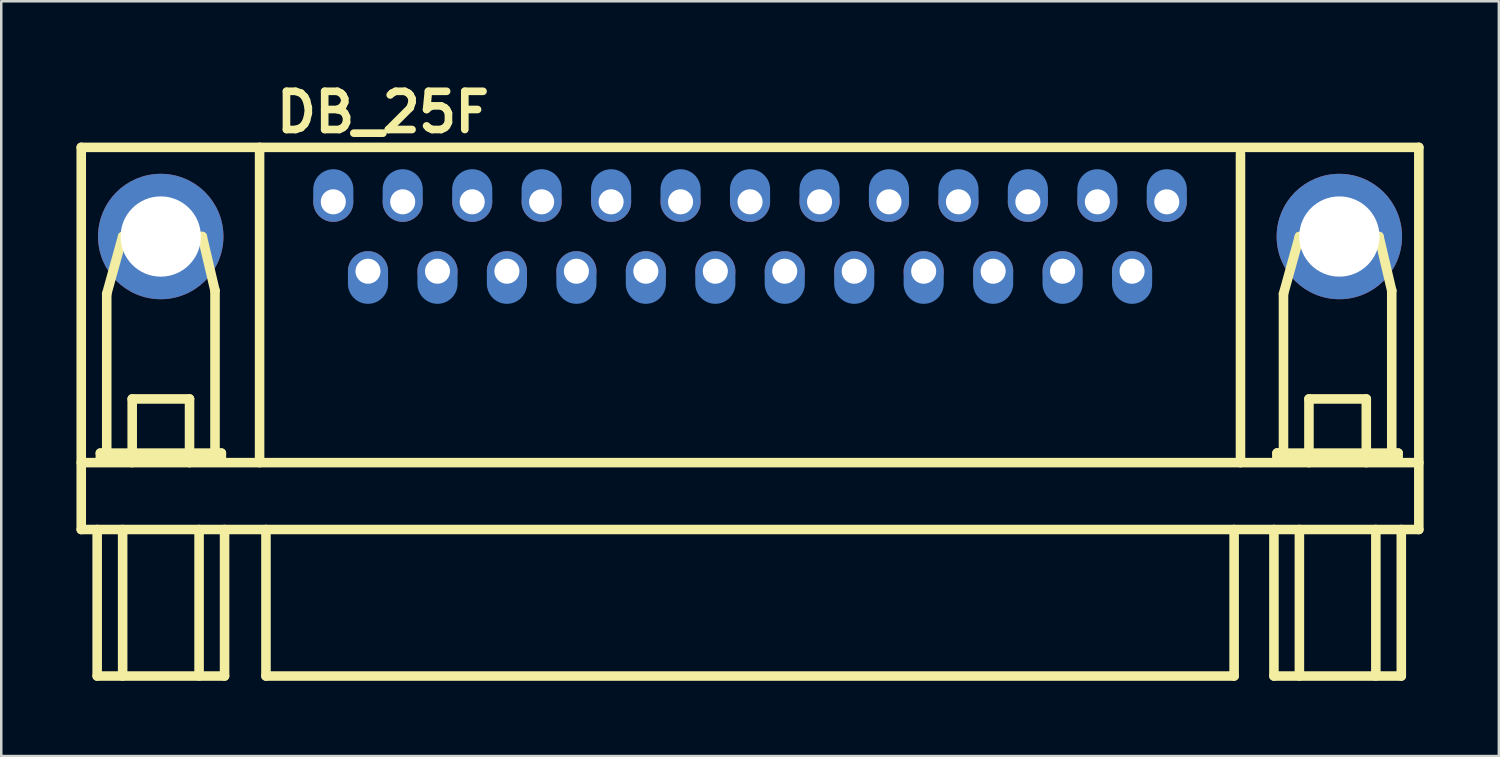
<source format=kicad_pcb>
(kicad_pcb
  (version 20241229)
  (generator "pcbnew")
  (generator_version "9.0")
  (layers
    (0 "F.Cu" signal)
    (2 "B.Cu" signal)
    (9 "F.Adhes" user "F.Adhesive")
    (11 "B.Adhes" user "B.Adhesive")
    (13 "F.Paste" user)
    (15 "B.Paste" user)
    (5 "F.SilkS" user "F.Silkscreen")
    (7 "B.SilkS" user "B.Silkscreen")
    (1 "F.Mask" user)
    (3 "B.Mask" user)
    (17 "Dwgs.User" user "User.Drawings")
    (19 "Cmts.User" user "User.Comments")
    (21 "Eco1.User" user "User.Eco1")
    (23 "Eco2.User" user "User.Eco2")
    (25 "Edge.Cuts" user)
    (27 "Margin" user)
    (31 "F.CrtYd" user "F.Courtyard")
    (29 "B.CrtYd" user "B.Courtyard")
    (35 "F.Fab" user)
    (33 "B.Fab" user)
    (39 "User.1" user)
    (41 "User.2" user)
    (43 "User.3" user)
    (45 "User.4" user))
  (footprint "DB_25F"
    (layer "F.Cu")
    (at 26.86 13.494)
    (property "Reference" "DB_25F" (at -14.64 -12.068 0) (layer "F.SilkS") (effects (font (size 1.524 1.524) (thickness 0.305))))
    (attr through_hole)
    (fp_line (start -26.67 -10.668) (end -26.67 4.572) (stroke (width 0.381) (type solid)) (layer "F.SilkS"))
    (fp_line (start -26.67 1.905) (end 26.67 1.905) (stroke (width 0.381) (type solid)) (layer "F.SilkS"))
    (fp_line (start -26.035 4.572) (end -26.035 10.414) (stroke (width 0.381) (type solid)) (layer "F.SilkS"))
    (fp_line (start -26.035 10.414) (end -20.955 10.414) (stroke (width 0.381) (type solid)) (layer "F.SilkS"))
    (fp_line (start -25.908 1.524) (end -25.908 1.778) (stroke (width 0.381) (type solid)) (layer "F.SilkS"))
    (fp_line (start -25.908 1.778) (end -21.082 1.778) (stroke (width 0.381) (type solid)) (layer "F.SilkS"))
    (fp_line (start -25.654 -4.826) (end -25.019 -7.112) (stroke (width 0.381) (type solid)) (layer "F.SilkS"))
    (fp_line (start -25.654 1.524) (end -25.654 -4.826) (stroke (width 0.381) (type solid)) (layer "F.SilkS"))
    (fp_line (start -25.019 -7.112) (end -21.844 -7.112) (stroke (width 0.381) (type solid)) (layer "F.SilkS"))
    (fp_line (start -25.019 4.572) (end -25.019 10.414) (stroke (width 0.381) (type solid)) (layer "F.SilkS"))
    (fp_line (start -24.638 -0.635) (end -22.352 -0.635) (stroke (width 0.381) (type solid)) (layer "F.SilkS"))
    (fp_line (start -24.638 1.905) (end -24.638 -0.635) (stroke (width 0.381) (type solid)) (layer "F.SilkS"))
    (fp_line (start -22.352 -0.635) (end -22.352 1.905) (stroke (width 0.381) (type solid)) (layer "F.SilkS"))
    (fp_line (start -21.971 4.572) (end -21.971 10.414) (stroke (width 0.381) (type solid)) (layer "F.SilkS"))
    (fp_line (start -21.844 -7.112) (end -21.336 -4.953) (stroke (width 0.381) (type solid)) (layer "F.SilkS"))
    (fp_line (start -21.336 -4.953) (end -21.336 1.524) (stroke (width 0.381) (type solid)) (layer "F.SilkS"))
    (fp_line (start -21.082 1.524) (end -25.908 1.524) (stroke (width 0.381) (type solid)) (layer "F.SilkS"))
    (fp_line (start -21.082 1.778) (end -21.082 1.524) (stroke (width 0.381) (type solid)) (layer "F.SilkS"))
    (fp_line (start -20.955 4.572) (end -20.955 10.414) (stroke (width 0.381) (type solid)) (layer "F.SilkS"))
    (fp_line (start -19.558 1.905) (end -19.558 -10.668) (stroke (width 0.381) (type solid)) (layer "F.SilkS"))
    (fp_line (start -19.304 4.572) (end -19.304 10.414) (stroke (width 0.381) (type solid)) (layer "F.SilkS"))
    (fp_line (start 19.304 10.414) (end -19.304 10.414) (stroke (width 0.381) (type solid)) (layer "F.SilkS"))
    (fp_line (start 19.304 10.414) (end 19.304 4.572) (stroke (width 0.381) (type solid)) (layer "F.SilkS"))
    (fp_line (start 19.558 1.905) (end 19.558 -10.414) (stroke (width 0.381) (type solid)) (layer "F.SilkS"))
    (fp_line (start 20.892 4.572) (end 20.892 10.414) (stroke (width 0.381) (type solid)) (layer "F.SilkS"))
    (fp_line (start 20.892 10.414) (end 25.971 10.414) (stroke (width 0.381) (type solid)) (layer "F.SilkS"))
    (fp_line (start 21.018 1.524) (end 21.018 1.778) (stroke (width 0.381) (type solid)) (layer "F.SilkS"))
    (fp_line (start 21.018 1.524) (end 21.018 1.778) (stroke (width 0.381) (type solid)) (layer "F.SilkS"))
    (fp_line (start 21.018 1.778) (end 25.845 1.778) (stroke (width 0.381) (type solid)) (layer "F.SilkS"))
    (fp_line (start 21.273 -4.826) (end 21.907 -7.112) (stroke (width 0.381) (type solid)) (layer "F.SilkS"))
    (fp_line (start 21.273 1.524) (end 21.273 -4.826) (stroke (width 0.381) (type solid)) (layer "F.SilkS"))
    (fp_line (start 21.907 -7.112) (end 25.082 -7.112) (stroke (width 0.381) (type solid)) (layer "F.SilkS"))
    (fp_line (start 21.907 4.572) (end 21.907 10.414) (stroke (width 0.381) (type solid)) (layer "F.SilkS"))
    (fp_line (start 22.288 -0.635) (end 24.575 -0.635) (stroke (width 0.381) (type solid)) (layer "F.SilkS"))
    (fp_line (start 22.288 1.905) (end 22.288 -0.635) (stroke (width 0.381) (type solid)) (layer "F.SilkS"))
    (fp_line (start 24.575 -0.635) (end 24.575 1.905) (stroke (width 0.381) (type solid)) (layer "F.SilkS"))
    (fp_line (start 24.956 4.572) (end 24.956 10.414) (stroke (width 0.381) (type solid)) (layer "F.SilkS"))
    (fp_line (start 25.082 -7.112) (end 25.59 -4.953) (stroke (width 0.381) (type solid)) (layer "F.SilkS"))
    (fp_line (start 25.59 -4.953) (end 25.59 1.524) (stroke (width 0.381) (type solid)) (layer "F.SilkS"))
    (fp_line (start 25.845 1.524) (end 21.018 1.524) (stroke (width 0.381) (type solid)) (layer "F.SilkS"))
    (fp_line (start 25.845 1.778) (end 25.845 1.524) (stroke (width 0.381) (type solid)) (layer "F.SilkS"))
    (fp_line (start 25.971 4.572) (end 25.971 10.414) (stroke (width 0.381) (type solid)) (layer "F.SilkS"))
    (fp_line (start 26.67 -10.668) (end -26.67 -10.668) (stroke (width 0.381) (type solid)) (layer "F.SilkS"))
    (fp_line (start 26.67 -10.668) (end 26.67 4.572) (stroke (width 0.381) (type solid)) (layer "F.SilkS"))
    (fp_line (start 26.67 4.572) (end -26.67 4.572) (stroke (width 0.381) (type solid)) (layer "F.SilkS"))
    (pad "0" thru_hole circle (at -23.5 -7.112) (size 5.001 5.001) (drill 3.2) (layers "*.Cu" "*.Mask"))
    (pad "0" thru_hole circle (at 23.5 -7.112) (size 5.001 5.001) (drill 3.2) (layers "*.Cu" "*.Mask"))
    (pad "1" thru_hole circle (at 16.619 -8.496) (size 1.6 1.6) (drill 1 (offset 0 0)) (layers "*.Cu" "*.Mask") (padstack (mode front_inner_back) (layer "Inner" (shape circle) (size 1.6 1.6)) (layer "B.Cu" (shape oval) (size 1.6 2.1) (offset 0 -0.25))))
    (pad "2" thru_hole circle (at 13.851 -8.496) (size 1.6 1.6) (drill 1 (offset 0 0)) (layers "*.Cu" "*.Mask") (padstack (mode front_inner_back) (layer "Inner" (shape circle) (size 1.6 1.6)) (layer "B.Cu" (shape oval) (size 1.6 2.1) (offset 0 -0.25))))
    (pad "3" thru_hole circle (at 11.079 -8.496) (size 1.6 1.6) (drill 1 (offset 0 0)) (layers "*.Cu" "*.Mask") (padstack (mode front_inner_back) (layer "Inner" (shape circle) (size 1.6 1.6)) (layer "B.Cu" (shape oval) (size 1.6 2.1) (offset 0 -0.25))))
    (pad "4" thru_hole circle (at 8.311 -8.496) (size 1.6 1.6) (drill 1 (offset 0 0)) (layers "*.Cu" "*.Mask") (padstack (mode front_inner_back) (layer "Inner" (shape circle) (size 1.6 1.6)) (layer "B.Cu" (shape oval) (size 1.6 2.1) (offset 0 -0.25))))
    (pad "5" thru_hole circle (at 5.54 -8.496) (size 1.6 1.6) (drill 1 (offset 0 0)) (layers "*.Cu" "*.Mask") (padstack (mode front_inner_back) (layer "Inner" (shape circle) (size 1.6 1.6)) (layer "B.Cu" (shape oval) (size 1.6 2.1) (offset 0 -0.25))))
    (pad "6" thru_hole circle (at 2.771 -8.496) (size 1.6 1.6) (drill 1 (offset 0 0)) (layers "*.Cu" "*.Mask") (padstack (mode front_inner_back) (layer "Inner" (shape circle) (size 1.6 1.6)) (layer "B.Cu" (shape oval) (size 1.6 2.1) (offset 0 -0.25))))
    (pad "7" thru_hole circle (at 0 -8.496) (size 1.6 1.6) (drill 1 (offset 0 0)) (layers "*.Cu" "*.Mask") (padstack (mode front_inner_back) (layer "Inner" (shape circle) (size 1.6 1.6)) (layer "B.Cu" (shape oval) (size 1.6 2.1) (offset 0 -0.25))))
    (pad "8" thru_hole circle (at -2.771 -8.496) (size 1.6 1.6) (drill 1 (offset 0 0)) (layers "*.Cu" "*.Mask") (padstack (mode front_inner_back) (layer "Inner" (shape circle) (size 1.6 1.6)) (layer "B.Cu" (shape oval) (size 1.6 2.1) (offset 0 -0.25))))
    (pad "9" thru_hole circle (at -5.54 -8.496) (size 1.6 1.6) (drill 1 (offset 0 0)) (layers "*.Cu" "*.Mask") (padstack (mode front_inner_back) (layer "Inner" (shape circle) (size 1.6 1.6)) (layer "B.Cu" (shape oval) (size 1.6 2.1) (offset 0 -0.25))))
    (pad "10" thru_hole circle (at -8.311 -8.496) (size 1.6 1.6) (drill 1 (offset 0 0)) (layers "*.Cu" "*.Mask") (padstack (mode front_inner_back) (layer "Inner" (shape circle) (size 1.6 1.6)) (layer "B.Cu" (shape oval) (size 1.6 2.1) (offset 0 -0.25))))
    (pad "11" thru_hole circle (at -11.079 -8.496) (size 1.6 1.6) (drill 1 (offset 0 0)) (layers "*.Cu" "*.Mask") (padstack (mode front_inner_back) (layer "Inner" (shape circle) (size 1.6 1.6)) (layer "B.Cu" (shape oval) (size 1.6 2.1) (offset 0 -0.25))))
    (pad "12" thru_hole circle (at -13.851 -8.496) (size 1.6 1.6) (drill 1 (offset 0 0)) (layers "*.Cu" "*.Mask") (padstack (mode front_inner_back) (layer "Inner" (shape circle) (size 1.6 1.6)) (layer "B.Cu" (shape oval) (size 1.6 2.1) (offset 0 -0.25))))
    (pad "13" thru_hole circle (at -16.619 -8.496) (size 1.6 1.6) (drill 1 (offset 0 0)) (layers "*.Cu" "*.Mask") (padstack (mode front_inner_back) (layer "Inner" (shape circle) (size 1.6 1.6)) (layer "B.Cu" (shape oval) (size 1.6 2.1) (offset 0 -0.25))))
    (pad "14" thru_hole circle (at 15.235 -5.728) (size 1.6 1.6) (drill 1 (offset 0 0)) (layers "*.Cu" "*.Mask") (padstack (mode front_inner_back) (layer "Inner" (shape circle) (size 1.6 1.6)) (layer "B.Cu" (shape oval) (size 1.6 2.1) (offset 0 0.25))))
    (pad "15" thru_hole circle (at 12.464 -5.728) (size 1.6 1.6) (drill 1 (offset 0 0)) (layers "*.Cu" "*.Mask") (padstack (mode front_inner_back) (layer "Inner" (shape circle) (size 1.6 1.6)) (layer "B.Cu" (shape oval) (size 1.6 2.1) (offset 0 0.25))))
    (pad "16" thru_hole circle (at 9.695 -5.728) (size 1.6 1.6) (drill 1 (offset 0 0)) (layers "*.Cu" "*.Mask") (padstack (mode front_inner_back) (layer "Inner" (shape circle) (size 1.6 1.6)) (layer "B.Cu" (shape oval) (size 1.6 2.1) (offset 0 0.25))))
    (pad "17" thru_hole circle (at 6.924 -5.728) (size 1.6 1.6) (drill 1 (offset 0 0)) (layers "*.Cu" "*.Mask") (padstack (mode front_inner_back) (layer "Inner" (shape circle) (size 1.6 1.6)) (layer "B.Cu" (shape oval) (size 1.6 2.1) (offset 0 0.25))))
    (pad "18" thru_hole circle (at 4.155 -5.728) (size 1.6 1.6) (drill 1 (offset 0 0)) (layers "*.Cu" "*.Mask") (padstack (mode front_inner_back) (layer "Inner" (shape circle) (size 1.6 1.6)) (layer "B.Cu" (shape oval) (size 1.6 2.1) (offset 0 0.25))))
    (pad "19" thru_hole circle (at 1.384 -5.728) (size 1.6 1.6) (drill 1 (offset 0 0)) (layers "*.Cu" "*.Mask") (padstack (mode front_inner_back) (layer "Inner" (shape circle) (size 1.6 1.6)) (layer "B.Cu" (shape oval) (size 1.6 2.1) (offset 0 0.25))))
    (pad "20" thru_hole circle (at -1.384 -5.728) (size 1.6 1.6) (drill 1 (offset 0 0)) (layers "*.Cu" "*.Mask") (padstack (mode front_inner_back) (layer "Inner" (shape circle) (size 1.6 1.6)) (layer "B.Cu" (shape oval) (size 1.6 2.1) (offset 0 0.25))))
    (pad "21" thru_hole circle (at -4.155 -5.728) (size 1.6 1.6) (drill 1 (offset 0 0)) (layers "*.Cu" "*.Mask") (padstack (mode front_inner_back) (layer "Inner" (shape circle) (size 1.6 1.6)) (layer "B.Cu" (shape oval) (size 1.6 2.1) (offset 0 0.25))))
    (pad "22" thru_hole circle (at -6.924 -5.728) (size 1.6 1.6) (drill 1 (offset 0 0)) (layers "*.Cu" "*.Mask") (padstack (mode front_inner_back) (layer "Inner" (shape circle) (size 1.6 1.6)) (layer "B.Cu" (shape oval) (size 1.6 2.1) (offset 0 0.25))))
    (pad "23" thru_hole circle (at -9.695 -5.728) (size 1.6 1.6) (drill 1 (offset 0 0)) (layers "*.Cu" "*.Mask") (padstack (mode front_inner_back) (layer "Inner" (shape circle) (size 1.6 1.6)) (layer "B.Cu" (shape oval) (size 1.6 2.1) (offset 0 0.25))))
    (pad "24" thru_hole circle (at -12.464 -5.728) (size 1.6 1.6) (drill 1 (offset 0 0)) (layers "*.Cu" "*.Mask") (padstack (mode front_inner_back) (layer "Inner" (shape circle) (size 1.6 1.6)) (layer "B.Cu" (shape oval) (size 1.6 2.1) (offset 0 0.25))))
    (pad "25" thru_hole circle (at -15.235 -5.728) (size 1.6 1.6) (drill 1 (offset 0 0)) (layers "*.Cu" "*.Mask") (padstack (mode front_inner_back) (layer "Inner" (shape circle) (size 1.6 1.6)) (layer "B.Cu" (shape oval) (size 1.6 2.1) (offset 0 0.25)))))
  (gr_rect
    (start -3 -3)
    (end 56.721 27.099)
    (stroke (width 0.1) (type default))
    (fill no)
    (layer "Edge.Cuts")))
</source>
